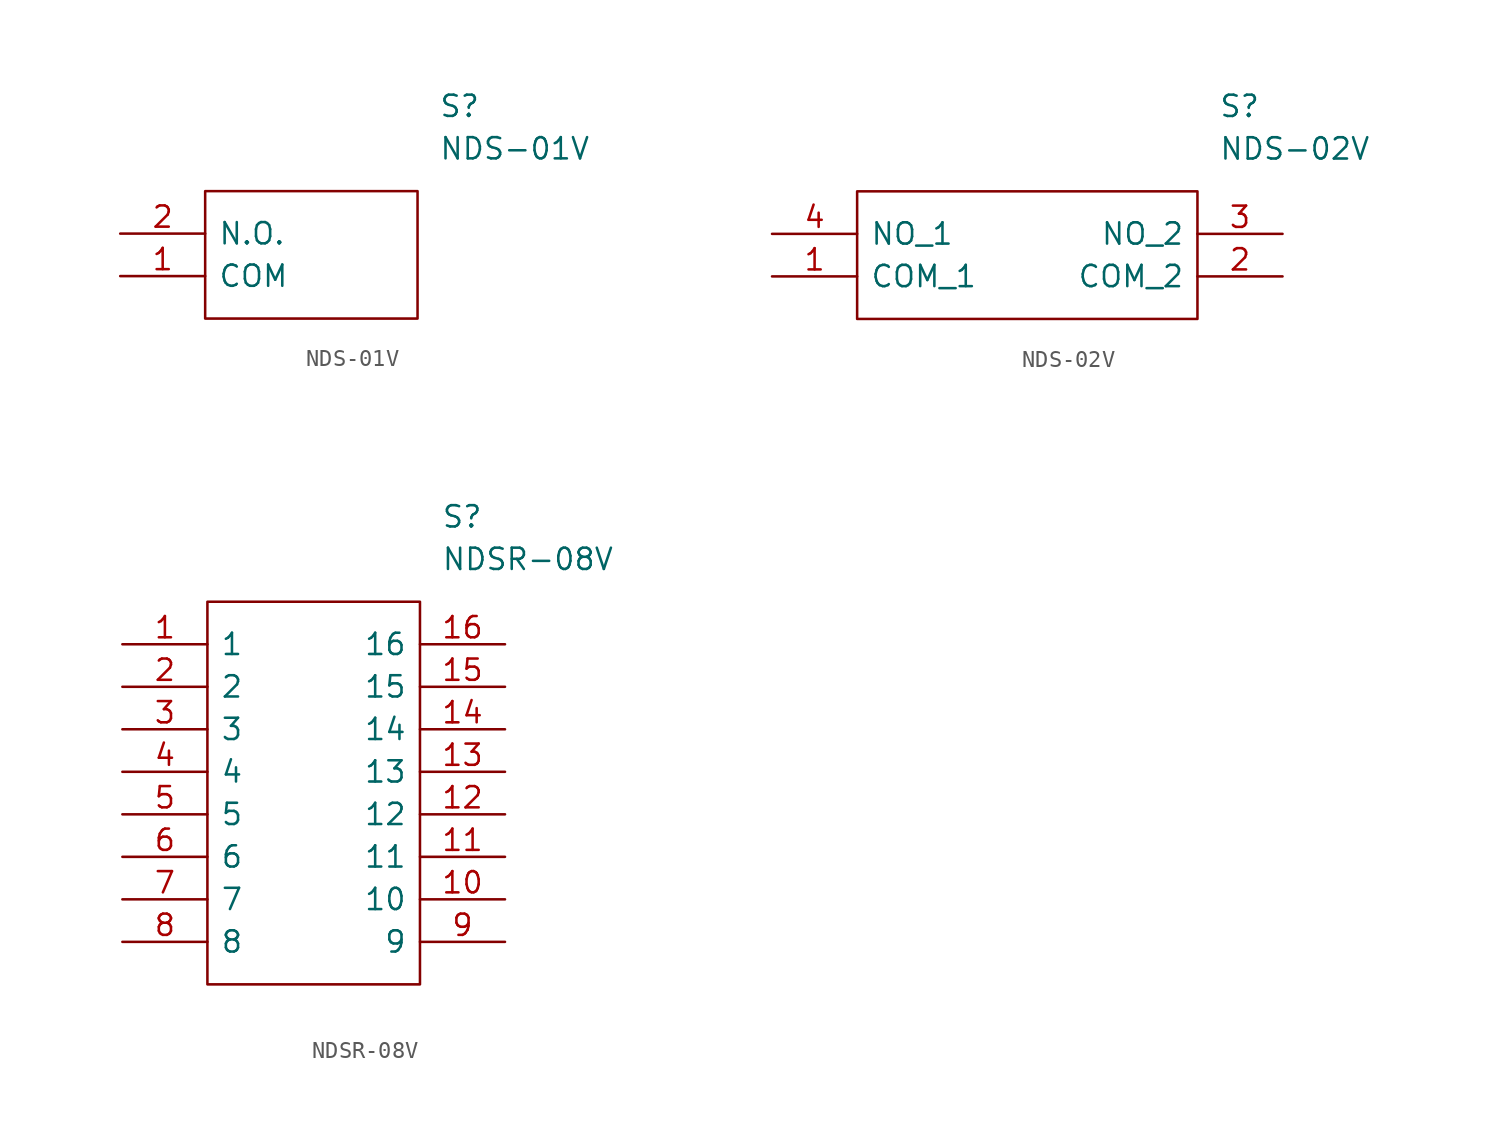
<source format=kicad_sym>
(kicad_symbol_lib
  (version 20211014)
  (generator kicad_symbol_editor)
  (symbol "NDS-01V"
    (pin_names
      (offset 0.762))
    (property "Reference" "S"
      (at 19.05 7.62 0)
      (effects (font (size 1.27 1.27)) (justify left)))
    (property "Value" "NDS-01V"
      (at 19.05 5.08 0)
      (effects (font (size 1.27 1.27)) (justify left)))
    (symbol "NDS-01V_0_0"
      (pin passive line (at 0 -2.54 0) (length 5.08) (name "COM" (effects (font (size 1.27 1.27)))) (number "1" (effects (font (size 1.27 1.27)))))
      (pin passive line (at 0 0 0) (length 5.08) (name "N.O." (effects (font (size 1.27 1.27)))) (number "2" (effects (font (size 1.27 1.27))))))
    (symbol "NDS-01V_0_1"
      (polyline (pts (xy 5.08 2.54) (xy 17.78 2.54) (xy 17.78 -5.08) (xy 5.08 -5.08) (xy 5.08 2.54)) (stroke (width 0.152) (type default) (color 0 0 0 0)) (fill (type none)))))
  (symbol "NDS-02V"
    (pin_names
      (offset 0.762))
    (property "Reference" "S"
      (at 26.67 7.62 0)
      (effects (font (size 1.27 1.27)) (justify left)))
    (property "Value" "NDS-02V"
      (at 26.67 5.08 0)
      (effects (font (size 1.27 1.27)) (justify left)))
    (symbol "NDS-02V_0_0"
      (pin passive line (at 0 -2.54 0) (length 5.08) (name "COM_1" (effects (font (size 1.27 1.27)))) (number "1" (effects (font (size 1.27 1.27)))))
      (pin passive line (at 30.48 -2.54 180) (length 5.08) (name "COM_2" (effects (font (size 1.27 1.27)))) (number "2" (effects (font (size 1.27 1.27)))))
      (pin passive line (at 30.48 0 180) (length 5.08) (name "NO_2" (effects (font (size 1.27 1.27)))) (number "3" (effects (font (size 1.27 1.27)))))
      (pin passive line (at 0 0 0) (length 5.08) (name "NO_1" (effects (font (size 1.27 1.27)))) (number "4" (effects (font (size 1.27 1.27))))))
    (symbol "NDS-02V_0_1"
      (polyline (pts (xy 5.08 2.54) (xy 25.4 2.54) (xy 25.4 -5.08) (xy 5.08 -5.08) (xy 5.08 2.54)) (stroke (width 0.152) (type default) (color 0 0 0 0)) (fill (type none)))))
  (symbol "NDSR-08V"
    (pin_names
      (offset 0.762))
    (property "Reference" "S"
      (at 19.05 7.62 0)
      (effects (font (size 1.27 1.27)) (justify left)))
    (property "Value" "NDSR-08V"
      (at 19.05 5.08 0)
      (effects (font (size 1.27 1.27)) (justify left)))
    (symbol "NDSR-08V_0_0"
      (pin bidirectional line (at 0 0 0) (length 5.08) (name "1" (effects (font (size 1.27 1.27)))) (number "1" (effects (font (size 1.27 1.27)))))
      (pin bidirectional line (at 22.86 -15.24 180) (length 5.08) (name "10" (effects (font (size 1.27 1.27)))) (number "10" (effects (font (size 1.27 1.27)))))
      (pin bidirectional line (at 22.86 -12.7 180) (length 5.08) (name "11" (effects (font (size 1.27 1.27)))) (number "11" (effects (font (size 1.27 1.27)))))
      (pin bidirectional line (at 22.86 -10.16 180) (length 5.08) (name "12" (effects (font (size 1.27 1.27)))) (number "12" (effects (font (size 1.27 1.27)))))
      (pin bidirectional line (at 22.86 -7.62 180) (length 5.08) (name "13" (effects (font (size 1.27 1.27)))) (number "13" (effects (font (size 1.27 1.27)))))
      (pin bidirectional line (at 22.86 -5.08 180) (length 5.08) (name "14" (effects (font (size 1.27 1.27)))) (number "14" (effects (font (size 1.27 1.27)))))
      (pin bidirectional line (at 22.86 -2.54 180) (length 5.08) (name "15" (effects (font (size 1.27 1.27)))) (number "15" (effects (font (size 1.27 1.27)))))
      (pin bidirectional line (at 22.86 0 180) (length 5.08) (name "16" (effects (font (size 1.27 1.27)))) (number "16" (effects (font (size 1.27 1.27)))))
      (pin bidirectional line (at 0 -2.54 0) (length 5.08) (name "2" (effects (font (size 1.27 1.27)))) (number "2" (effects (font (size 1.27 1.27)))))
      (pin bidirectional line (at 0 -5.08 0) (length 5.08) (name "3" (effects (font (size 1.27 1.27)))) (number "3" (effects (font (size 1.27 1.27)))))
      (pin bidirectional line (at 0 -7.62 0) (length 5.08) (name "4" (effects (font (size 1.27 1.27)))) (number "4" (effects (font (size 1.27 1.27)))))
      (pin passive line (at 0 -10.16 0) (length 5.08) (name "5" (effects (font (size 1.27 1.27)))) (number "5" (effects (font (size 1.27 1.27)))))
      (pin bidirectional line (at 0 -12.7 0) (length 5.08) (name "6" (effects (font (size 1.27 1.27)))) (number "6" (effects (font (size 1.27 1.27)))))
      (pin bidirectional line (at 0 -15.24 0) (length 5.08) (name "7" (effects (font (size 1.27 1.27)))) (number "7" (effects (font (size 1.27 1.27)))))
      (pin bidirectional line (at 0 -17.78 0) (length 5.08) (name "8" (effects (font (size 1.27 1.27)))) (number "8" (effects (font (size 1.27 1.27)))))
      (pin bidirectional line (at 22.86 -17.78 180) (length 5.08) (name "9" (effects (font (size 1.27 1.27)))) (number "9" (effects (font (size 1.27 1.27))))))
    (symbol "NDSR-08V_0_1"
      (polyline (pts (xy 5.08 2.54) (xy 17.78 2.54) (xy 17.78 -20.32) (xy 5.08 -20.32) (xy 5.08 2.54)) (stroke (width 0.152) (type default) (color 0 0 0 0)) (fill (type none))))))
</source>
